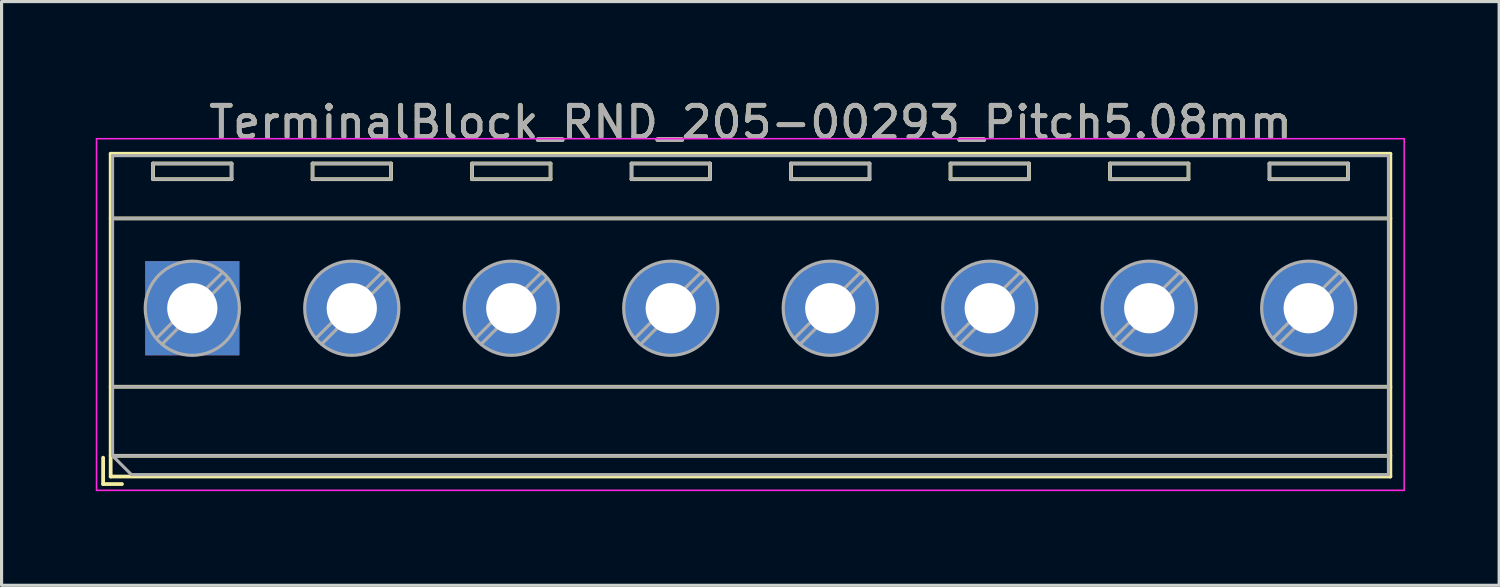
<source format=kicad_pcb>
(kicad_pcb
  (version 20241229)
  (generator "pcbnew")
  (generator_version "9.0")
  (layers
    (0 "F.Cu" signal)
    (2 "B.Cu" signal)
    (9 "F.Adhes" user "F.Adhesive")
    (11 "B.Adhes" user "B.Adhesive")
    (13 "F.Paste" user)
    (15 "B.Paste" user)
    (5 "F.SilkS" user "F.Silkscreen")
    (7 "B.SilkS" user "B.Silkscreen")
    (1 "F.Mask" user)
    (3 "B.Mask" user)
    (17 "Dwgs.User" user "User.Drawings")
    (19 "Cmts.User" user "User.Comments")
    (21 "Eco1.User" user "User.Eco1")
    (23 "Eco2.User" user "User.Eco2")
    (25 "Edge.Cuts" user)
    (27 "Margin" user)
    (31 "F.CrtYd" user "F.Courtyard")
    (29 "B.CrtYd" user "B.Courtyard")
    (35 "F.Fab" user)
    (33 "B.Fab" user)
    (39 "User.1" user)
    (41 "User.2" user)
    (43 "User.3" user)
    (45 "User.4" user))
  (footprint "TerminalBlock_RND_205-00293_Pitch5.08mm"
    (layer "F.Cu")
    (at 3.075 6.768)
    (property "Reference" "TerminalBlock_RND_205-00293_Pitch5.08mm" (at 17.78 -5.92 0) (layer "F.SilkS") (effects (font (size 1 1) (thickness 0.15))))
    (attr through_hole)
    (fp_line (start -2.84 4.76) (end -2.84 5.6) (stroke (width 0.12) (type solid)) (layer "F.SilkS"))
    (fp_line (start -2.84 5.6) (end -2.24 5.6) (stroke (width 0.12) (type solid)) (layer "F.SilkS"))
    (fp_line (start -2.6 -4.92) (end -2.6 5.36) (stroke (width 0.12) (type solid)) (layer "F.SilkS"))
    (fp_line (start -2.6 -2.86) (end 38.16 -2.86) (stroke (width 0.12) (type solid)) (layer "F.SilkS"))
    (fp_line (start -2.6 2.5) (end 38.16 2.5) (stroke (width 0.12) (type solid)) (layer "F.SilkS"))
    (fp_line (start -2.6 4.7) (end 38.16 4.7) (stroke (width 0.12) (type solid)) (layer "F.SilkS"))
    (fp_line (start -2.6 5.36) (end 38.16 5.36) (stroke (width 0.12) (type solid)) (layer "F.SilkS"))
    (fp_line (start -1.25 -4.61) (end -1.25 -4.11) (stroke (width 0.12) (type solid)) (layer "F.SilkS"))
    (fp_line (start -1.25 -4.61) (end 1.25 -4.61) (stroke (width 0.12) (type solid)) (layer "F.SilkS"))
    (fp_line (start -1.25 -4.11) (end 1.25 -4.11) (stroke (width 0.12) (type solid)) (layer "F.SilkS"))
    (fp_line (start 1.25 -4.61) (end 1.25 -4.11) (stroke (width 0.12) (type solid)) (layer "F.SilkS"))
    (fp_line (start 3.83 -4.61) (end 3.83 -4.11) (stroke (width 0.12) (type solid)) (layer "F.SilkS"))
    (fp_line (start 3.83 -4.61) (end 6.33 -4.61) (stroke (width 0.12) (type solid)) (layer "F.SilkS"))
    (fp_line (start 3.83 -4.11) (end 6.33 -4.11) (stroke (width 0.12) (type solid)) (layer "F.SilkS"))
    (fp_line (start 6.33 -4.61) (end 6.33 -4.11) (stroke (width 0.12) (type solid)) (layer "F.SilkS"))
    (fp_line (start 8.91 -4.61) (end 8.91 -4.11) (stroke (width 0.12) (type solid)) (layer "F.SilkS"))
    (fp_line (start 8.91 -4.61) (end 11.41 -4.61) (stroke (width 0.12) (type solid)) (layer "F.SilkS"))
    (fp_line (start 8.91 -4.11) (end 11.41 -4.11) (stroke (width 0.12) (type solid)) (layer "F.SilkS"))
    (fp_line (start 11.41 -4.61) (end 11.41 -4.11) (stroke (width 0.12) (type solid)) (layer "F.SilkS"))
    (fp_line (start 13.99 -4.61) (end 13.99 -4.11) (stroke (width 0.12) (type solid)) (layer "F.SilkS"))
    (fp_line (start 13.99 -4.61) (end 16.49 -4.61) (stroke (width 0.12) (type solid)) (layer "F.SilkS"))
    (fp_line (start 13.99 -4.11) (end 16.49 -4.11) (stroke (width 0.12) (type solid)) (layer "F.SilkS"))
    (fp_line (start 16.49 -4.61) (end 16.49 -4.11) (stroke (width 0.12) (type solid)) (layer "F.SilkS"))
    (fp_line (start 19.07 -4.61) (end 19.07 -4.11) (stroke (width 0.12) (type solid)) (layer "F.SilkS"))
    (fp_line (start 19.07 -4.61) (end 21.57 -4.61) (stroke (width 0.12) (type solid)) (layer "F.SilkS"))
    (fp_line (start 19.07 -4.11) (end 21.57 -4.11) (stroke (width 0.12) (type solid)) (layer "F.SilkS"))
    (fp_line (start 21.57 -4.61) (end 21.57 -4.11) (stroke (width 0.12) (type solid)) (layer "F.SilkS"))
    (fp_line (start 24.15 -4.61) (end 24.15 -4.11) (stroke (width 0.12) (type solid)) (layer "F.SilkS"))
    (fp_line (start 24.15 -4.61) (end 26.65 -4.61) (stroke (width 0.12) (type solid)) (layer "F.SilkS"))
    (fp_line (start 24.15 -4.11) (end 26.65 -4.11) (stroke (width 0.12) (type solid)) (layer "F.SilkS"))
    (fp_line (start 26.65 -4.61) (end 26.65 -4.11) (stroke (width 0.12) (type solid)) (layer "F.SilkS"))
    (fp_line (start 29.23 -4.61) (end 29.23 -4.11) (stroke (width 0.12) (type solid)) (layer "F.SilkS"))
    (fp_line (start 29.23 -4.61) (end 31.73 -4.61) (stroke (width 0.12) (type solid)) (layer "F.SilkS"))
    (fp_line (start 29.23 -4.11) (end 31.73 -4.11) (stroke (width 0.12) (type solid)) (layer "F.SilkS"))
    (fp_line (start 31.73 -4.61) (end 31.73 -4.11) (stroke (width 0.12) (type solid)) (layer "F.SilkS"))
    (fp_line (start 34.31 -4.61) (end 34.31 -4.11) (stroke (width 0.12) (type solid)) (layer "F.SilkS"))
    (fp_line (start 34.31 -4.61) (end 36.81 -4.61) (stroke (width 0.12) (type solid)) (layer "F.SilkS"))
    (fp_line (start 34.31 -4.11) (end 36.81 -4.11) (stroke (width 0.12) (type solid)) (layer "F.SilkS"))
    (fp_line (start 36.81 -4.61) (end 36.81 -4.11) (stroke (width 0.12) (type solid)) (layer "F.SilkS"))
    (fp_line (start 38.16 -4.92) (end -2.6 -4.92) (stroke (width 0.12) (type solid)) (layer "F.SilkS"))
    (fp_line (start 38.16 5.36) (end 38.16 -4.92) (stroke (width 0.12) (type solid)) (layer "F.SilkS"))
    (fp_line (start -3.05 -5.4) (end -3.05 5.8) (stroke (width 0.05) (type solid)) (layer "F.CrtYd"))
    (fp_line (start -3.05 5.8) (end 38.6 5.8) (stroke (width 0.05) (type solid)) (layer "F.CrtYd"))
    (fp_line (start 38.6 -5.4) (end -3.05 -5.4) (stroke (width 0.05) (type solid)) (layer "F.CrtYd"))
    (fp_line (start 38.6 5.8) (end 38.6 -5.4) (stroke (width 0.05) (type solid)) (layer "F.CrtYd"))
    (fp_line (start -2.54 -4.86) (end 38.1 -4.86) (stroke (width 0.1) (type solid)) (layer "F.Fab"))
    (fp_line (start -2.54 -2.86) (end 38.1 -2.86) (stroke (width 0.1) (type solid)) (layer "F.Fab"))
    (fp_line (start -2.54 2.5) (end 38.1 2.5) (stroke (width 0.1) (type solid)) (layer "F.Fab"))
    (fp_line (start -2.54 4.7) (end -2.54 -4.86) (stroke (width 0.1) (type solid)) (layer "F.Fab"))
    (fp_line (start -2.54 4.7) (end 38.1 4.7) (stroke (width 0.1) (type solid)) (layer "F.Fab"))
    (fp_line (start -1.94 5.3) (end -2.54 4.7) (stroke (width 0.1) (type solid)) (layer "F.Fab"))
    (fp_line (start -1.25 -4.61) (end -1.25 -4.11) (stroke (width 0.1) (type solid)) (layer "F.Fab"))
    (fp_line (start -1.25 -4.11) (end 1.25 -4.11) (stroke (width 0.1) (type solid)) (layer "F.Fab"))
    (fp_line (start 0.955 -1.138) (end -1.138 0.955) (stroke (width 0.1) (type solid)) (layer "F.Fab"))
    (fp_line (start 1.138 -0.955) (end -0.955 1.138) (stroke (width 0.1) (type solid)) (layer "F.Fab"))
    (fp_line (start 1.25 -4.61) (end -1.25 -4.61) (stroke (width 0.1) (type solid)) (layer "F.Fab"))
    (fp_line (start 1.25 -4.11) (end 1.25 -4.61) (stroke (width 0.1) (type solid)) (layer "F.Fab"))
    (fp_line (start 3.83 -4.61) (end 3.83 -4.11) (stroke (width 0.1) (type solid)) (layer "F.Fab"))
    (fp_line (start 3.83 -4.11) (end 6.33 -4.11) (stroke (width 0.1) (type solid)) (layer "F.Fab"))
    (fp_line (start 6.035 -1.138) (end 3.943 0.955) (stroke (width 0.1) (type solid)) (layer "F.Fab"))
    (fp_line (start 6.218 -0.955) (end 4.126 1.138) (stroke (width 0.1) (type solid)) (layer "F.Fab"))
    (fp_line (start 6.33 -4.61) (end 3.83 -4.61) (stroke (width 0.1) (type solid)) (layer "F.Fab"))
    (fp_line (start 6.33 -4.11) (end 6.33 -4.61) (stroke (width 0.1) (type solid)) (layer "F.Fab"))
    (fp_line (start 8.91 -4.61) (end 8.91 -4.11) (stroke (width 0.1) (type solid)) (layer "F.Fab"))
    (fp_line (start 8.91 -4.11) (end 11.41 -4.11) (stroke (width 0.1) (type solid)) (layer "F.Fab"))
    (fp_line (start 11.115 -1.138) (end 9.023 0.955) (stroke (width 0.1) (type solid)) (layer "F.Fab"))
    (fp_line (start 11.298 -0.955) (end 9.206 1.138) (stroke (width 0.1) (type solid)) (layer "F.Fab"))
    (fp_line (start 11.41 -4.61) (end 8.91 -4.61) (stroke (width 0.1) (type solid)) (layer "F.Fab"))
    (fp_line (start 11.41 -4.11) (end 11.41 -4.61) (stroke (width 0.1) (type solid)) (layer "F.Fab"))
    (fp_line (start 13.99 -4.61) (end 13.99 -4.11) (stroke (width 0.1) (type solid)) (layer "F.Fab"))
    (fp_line (start 13.99 -4.11) (end 16.49 -4.11) (stroke (width 0.1) (type solid)) (layer "F.Fab"))
    (fp_line (start 16.195 -1.138) (end 14.103 0.955) (stroke (width 0.1) (type solid)) (layer "F.Fab"))
    (fp_line (start 16.378 -0.955) (end 14.286 1.138) (stroke (width 0.1) (type solid)) (layer "F.Fab"))
    (fp_line (start 16.49 -4.61) (end 13.99 -4.61) (stroke (width 0.1) (type solid)) (layer "F.Fab"))
    (fp_line (start 16.49 -4.11) (end 16.49 -4.61) (stroke (width 0.1) (type solid)) (layer "F.Fab"))
    (fp_line (start 19.07 -4.61) (end 19.07 -4.11) (stroke (width 0.1) (type solid)) (layer "F.Fab"))
    (fp_line (start 19.07 -4.11) (end 21.57 -4.11) (stroke (width 0.1) (type solid)) (layer "F.Fab"))
    (fp_line (start 21.275 -1.138) (end 19.183 0.955) (stroke (width 0.1) (type solid)) (layer "F.Fab"))
    (fp_line (start 21.458 -0.955) (end 19.366 1.138) (stroke (width 0.1) (type solid)) (layer "F.Fab"))
    (fp_line (start 21.57 -4.61) (end 19.07 -4.61) (stroke (width 0.1) (type solid)) (layer "F.Fab"))
    (fp_line (start 21.57 -4.11) (end 21.57 -4.61) (stroke (width 0.1) (type solid)) (layer "F.Fab"))
    (fp_line (start 24.15 -4.61) (end 24.15 -4.11) (stroke (width 0.1) (type solid)) (layer "F.Fab"))
    (fp_line (start 24.15 -4.11) (end 26.65 -4.11) (stroke (width 0.1) (type solid)) (layer "F.Fab"))
    (fp_line (start 26.355 -1.138) (end 24.263 0.955) (stroke (width 0.1) (type solid)) (layer "F.Fab"))
    (fp_line (start 26.538 -0.955) (end 24.446 1.138) (stroke (width 0.1) (type solid)) (layer "F.Fab"))
    (fp_line (start 26.65 -4.61) (end 24.15 -4.61) (stroke (width 0.1) (type solid)) (layer "F.Fab"))
    (fp_line (start 26.65 -4.11) (end 26.65 -4.61) (stroke (width 0.1) (type solid)) (layer "F.Fab"))
    (fp_line (start 29.23 -4.61) (end 29.23 -4.11) (stroke (width 0.1) (type solid)) (layer "F.Fab"))
    (fp_line (start 29.23 -4.11) (end 31.73 -4.11) (stroke (width 0.1) (type solid)) (layer "F.Fab"))
    (fp_line (start 31.435 -1.138) (end 29.343 0.955) (stroke (width 0.1) (type solid)) (layer "F.Fab"))
    (fp_line (start 31.618 -0.955) (end 29.526 1.138) (stroke (width 0.1) (type solid)) (layer "F.Fab"))
    (fp_line (start 31.73 -4.61) (end 29.23 -4.61) (stroke (width 0.1) (type solid)) (layer "F.Fab"))
    (fp_line (start 31.73 -4.11) (end 31.73 -4.61) (stroke (width 0.1) (type solid)) (layer "F.Fab"))
    (fp_line (start 34.31 -4.61) (end 34.31 -4.11) (stroke (width 0.1) (type solid)) (layer "F.Fab"))
    (fp_line (start 34.31 -4.11) (end 36.81 -4.11) (stroke (width 0.1) (type solid)) (layer "F.Fab"))
    (fp_line (start 36.515 -1.138) (end 34.423 0.955) (stroke (width 0.1) (type solid)) (layer "F.Fab"))
    (fp_line (start 36.698 -0.955) (end 34.606 1.138) (stroke (width 0.1) (type solid)) (layer "F.Fab"))
    (fp_line (start 36.81 -4.61) (end 34.31 -4.61) (stroke (width 0.1) (type solid)) (layer "F.Fab"))
    (fp_line (start 36.81 -4.11) (end 36.81 -4.61) (stroke (width 0.1) (type solid)) (layer "F.Fab"))
    (fp_line (start 38.1 -4.86) (end 38.1 5.3) (stroke (width 0.1) (type solid)) (layer "F.Fab"))
    (fp_line (start 38.1 5.3) (end -1.94 5.3) (stroke (width 0.1) (type solid)) (layer "F.Fab"))
    (fp_circle (center 0 0) (end 1.5 0) (stroke (width 0.1) (type solid)) (fill no) (layer "F.Fab"))
    (fp_circle (center 5.08 0) (end 6.58 0) (stroke (width 0.1) (type solid)) (fill no) (layer "F.Fab"))
    (fp_circle (center 10.16 0) (end 11.66 0) (stroke (width 0.1) (type solid)) (fill no) (layer "F.Fab"))
    (fp_circle (center 15.24 0) (end 16.74 0) (stroke (width 0.1) (type solid)) (fill no) (layer "F.Fab"))
    (fp_circle (center 20.32 0) (end 21.82 0) (stroke (width 0.1) (type solid)) (fill no) (layer "F.Fab"))
    (fp_circle (center 25.4 0) (end 26.9 0) (stroke (width 0.1) (type solid)) (fill no) (layer "F.Fab"))
    (fp_circle (center 30.48 0) (end 31.98 0) (stroke (width 0.1) (type solid)) (fill no) (layer "F.Fab"))
    (fp_circle (center 35.56 0) (end 37.06 0) (stroke (width 0.1) (type solid)) (fill no) (layer "F.Fab"))
    (fp_text user "${REFERENCE}" (at 17.78 -5.92 0) (layer "F.Fab") (effects (font (size 1 1) (thickness 0.15))))
    (pad "1" thru_hole rect (at 0 0) (size 3 3) (drill 1.6) (layers "*.Cu" "*.Mask"))
    (pad "2" thru_hole oval (at 5.08 0) (size 3 3) (drill 1.6) (layers "*.Cu" "*.Mask"))
    (pad "3" thru_hole oval (at 10.16 0) (size 3 3) (drill 1.6) (layers "*.Cu" "*.Mask"))
    (pad "4" thru_hole oval (at 15.24 0) (size 3 3) (drill 1.6) (layers "*.Cu" "*.Mask"))
    (pad "5" thru_hole oval (at 20.32 0) (size 3 3) (drill 1.6) (layers "*.Cu" "*.Mask"))
    (pad "6" thru_hole oval (at 25.4 0) (size 3 3) (drill 1.6) (layers "*.Cu" "*.Mask"))
    (pad "7" thru_hole oval (at 30.48 0) (size 3 3) (drill 1.6) (layers "*.Cu" "*.Mask"))
    (pad "8" thru_hole oval (at 35.56 0) (size 3 3) (drill 1.6) (layers "*.Cu" "*.Mask")))
  (gr_rect
    (start -3 -3)
    (end 44.7 15.593)
    (stroke (width 0.1) (type default))
    (fill no)
    (layer "Edge.Cuts")))
</source>
